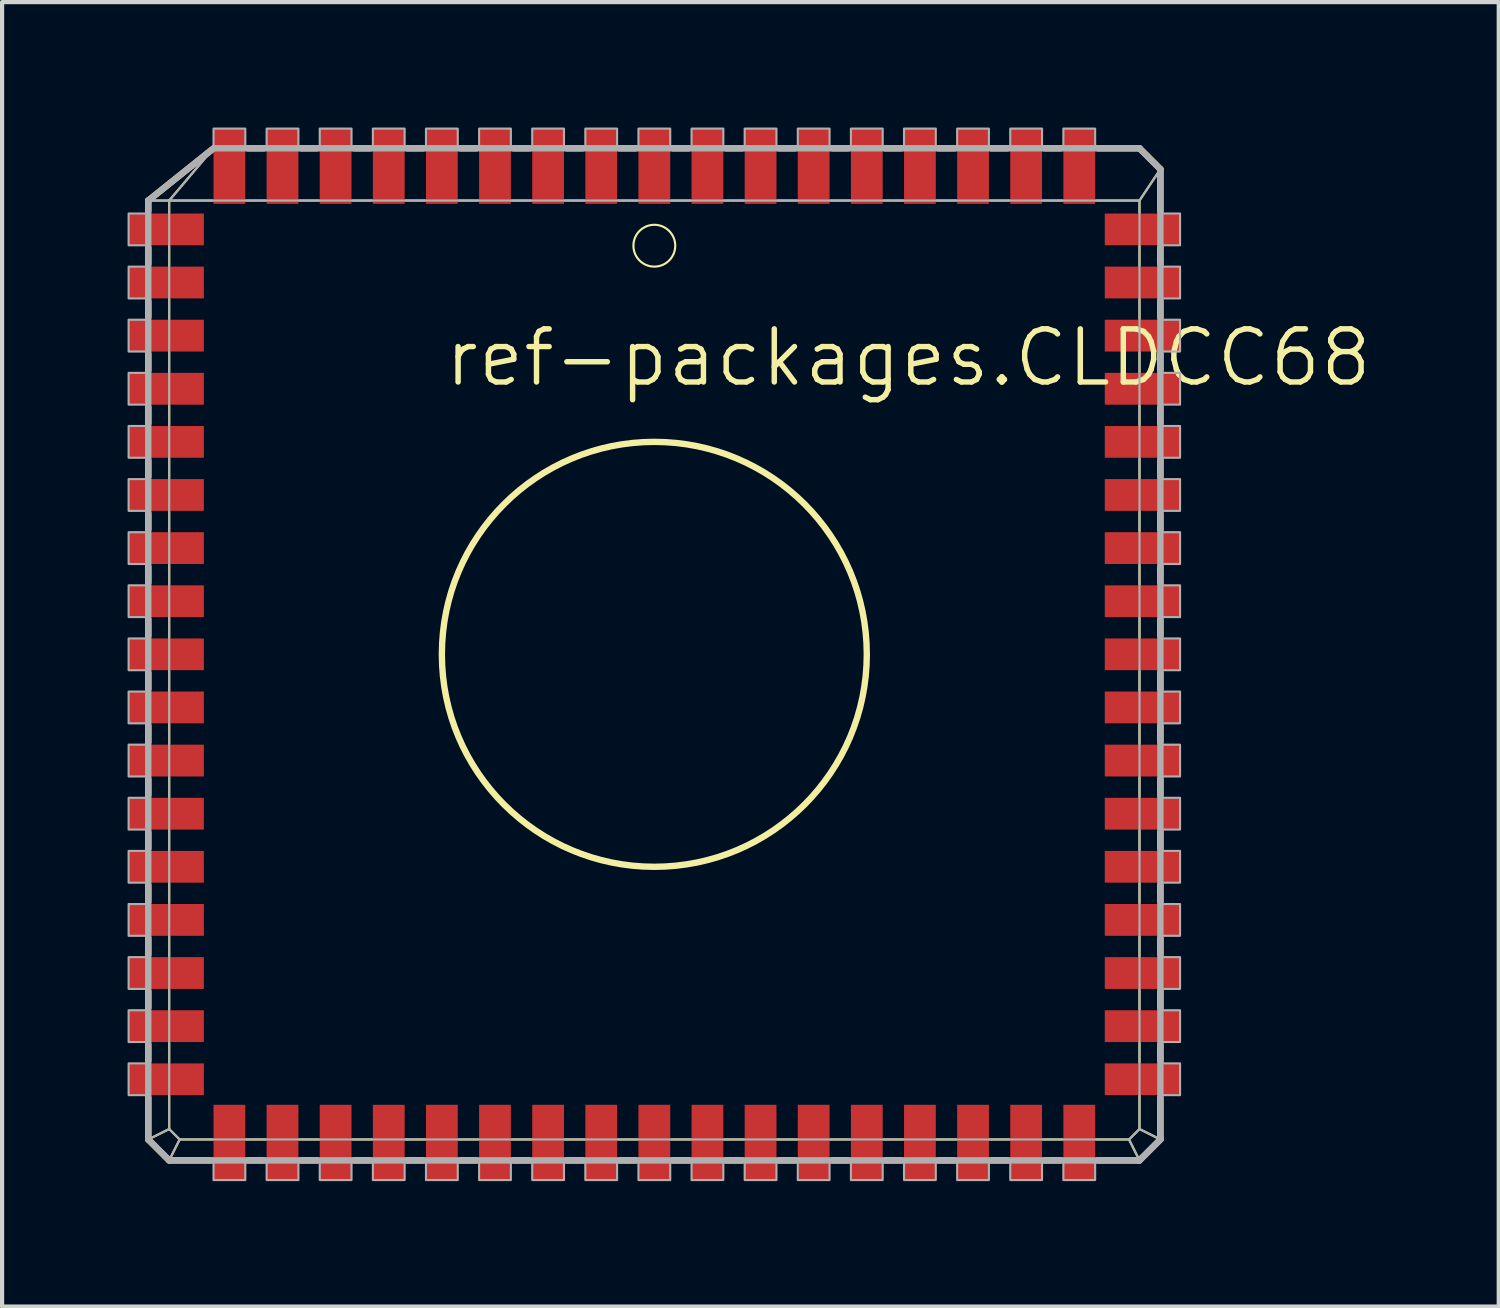
<source format=kicad_pcb>
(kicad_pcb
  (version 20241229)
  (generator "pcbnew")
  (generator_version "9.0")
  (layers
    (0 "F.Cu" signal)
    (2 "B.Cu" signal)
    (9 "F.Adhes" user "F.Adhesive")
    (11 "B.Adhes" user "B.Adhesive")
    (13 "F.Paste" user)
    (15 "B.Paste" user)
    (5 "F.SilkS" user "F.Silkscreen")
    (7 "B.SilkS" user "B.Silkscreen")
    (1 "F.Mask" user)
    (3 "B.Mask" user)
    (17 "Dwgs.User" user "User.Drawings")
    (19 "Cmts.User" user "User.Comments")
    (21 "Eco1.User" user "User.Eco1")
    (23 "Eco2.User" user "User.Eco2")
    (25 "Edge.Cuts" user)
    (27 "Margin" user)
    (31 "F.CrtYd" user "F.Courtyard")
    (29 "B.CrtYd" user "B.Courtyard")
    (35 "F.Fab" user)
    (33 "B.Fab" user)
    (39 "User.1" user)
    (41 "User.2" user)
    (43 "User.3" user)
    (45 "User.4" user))
  (footprint "ref-packages.CLDCC68"
    (layer "F.Cu")
    (at 12.595 12.595)
    (property "Reference" "ref-packages.CLDCC68" (at -5.08 -6.35 0) (layer "F.SilkS") (effects (font (size 1.27 1.27) (thickness 0.13)) (justify left bottom)))
    (attr smd)
    (fp_line (start -12.1 -10.85) (end -11.6 -10.85) (stroke (width 0.051) (type default)) (layer "F.SilkS"))
    (fp_line (start -12.1 -10.85) (end -10.6 -12.05) (stroke (width 0.152) (type default)) (layer "F.SilkS"))
    (fp_line (start -12.1 -10.6) (end -12.1 -10.85) (stroke (width 0.152) (type default)) (layer "F.SilkS"))
    (fp_line (start -12.1 -9.33) (end -12.1 -9.72) (stroke (width 0.152) (type default)) (layer "F.SilkS"))
    (fp_line (start -12.1 -8.06) (end -12.1 -8.45) (stroke (width 0.152) (type default)) (layer "F.SilkS"))
    (fp_line (start -12.1 -6.79) (end -12.1 -7.18) (stroke (width 0.152) (type default)) (layer "F.SilkS"))
    (fp_line (start -12.1 -5.52) (end -12.1 -5.91) (stroke (width 0.152) (type default)) (layer "F.SilkS"))
    (fp_line (start -12.1 -4.25) (end -12.1 -4.64) (stroke (width 0.152) (type default)) (layer "F.SilkS"))
    (fp_line (start -12.1 -2.98) (end -12.1 -3.37) (stroke (width 0.152) (type default)) (layer "F.SilkS"))
    (fp_line (start -12.1 -1.71) (end -12.1 -2.1) (stroke (width 0.152) (type default)) (layer "F.SilkS"))
    (fp_line (start -12.1 -0.44) (end -12.1 -0.83) (stroke (width 0.152) (type default)) (layer "F.SilkS"))
    (fp_line (start -12.1 0.83) (end -12.1 0.44) (stroke (width 0.152) (type default)) (layer "F.SilkS"))
    (fp_line (start -12.1 2.1) (end -12.1 1.71) (stroke (width 0.152) (type default)) (layer "F.SilkS"))
    (fp_line (start -12.1 3.37) (end -12.1 2.98) (stroke (width 0.152) (type default)) (layer "F.SilkS"))
    (fp_line (start -12.1 4.64) (end -12.1 4.25) (stroke (width 0.152) (type default)) (layer "F.SilkS"))
    (fp_line (start -12.1 5.91) (end -12.1 5.52) (stroke (width 0.152) (type default)) (layer "F.SilkS"))
    (fp_line (start -12.1 7.18) (end -12.1 6.79) (stroke (width 0.152) (type default)) (layer "F.SilkS"))
    (fp_line (start -12.1 8.45) (end -12.1 8.06) (stroke (width 0.152) (type default)) (layer "F.SilkS"))
    (fp_line (start -12.1 9.72) (end -12.1 9.33) (stroke (width 0.152) (type default)) (layer "F.SilkS"))
    (fp_line (start -12.1 11.6) (end -12.1 10.6) (stroke (width 0.152) (type default)) (layer "F.SilkS"))
    (fp_line (start -12.1 11.6) (end -11.6 11.35) (stroke (width 0.051) (type default)) (layer "F.SilkS"))
    (fp_line (start -11.6 -10.85) (end -10.56 -12.08) (stroke (width 0.051) (type default)) (layer "F.SilkS"))
    (fp_line (start -11.6 -10.85) (end -10.56 -10.85) (stroke (width 0.051) (type default)) (layer "F.SilkS"))
    (fp_line (start -11.6 -10.56) (end -11.6 -10.85) (stroke (width 0.051) (type default)) (layer "F.SilkS"))
    (fp_line (start -11.6 -9.29) (end -11.6 -9.76) (stroke (width 0.051) (type default)) (layer "F.SilkS"))
    (fp_line (start -11.6 -8.02) (end -11.6 -8.49) (stroke (width 0.051) (type default)) (layer "F.SilkS"))
    (fp_line (start -11.6 -6.75) (end -11.6 -7.22) (stroke (width 0.051) (type default)) (layer "F.SilkS"))
    (fp_line (start -11.6 -5.48) (end -11.6 -5.95) (stroke (width 0.051) (type default)) (layer "F.SilkS"))
    (fp_line (start -11.6 -4.21) (end -11.6 -4.68) (stroke (width 0.051) (type default)) (layer "F.SilkS"))
    (fp_line (start -11.6 -2.94) (end -11.6 -3.41) (stroke (width 0.051) (type default)) (layer "F.SilkS"))
    (fp_line (start -11.6 -1.67) (end -11.6 -2.14) (stroke (width 0.051) (type default)) (layer "F.SilkS"))
    (fp_line (start -11.6 -0.4) (end -11.6 -0.87) (stroke (width 0.051) (type default)) (layer "F.SilkS"))
    (fp_line (start -11.6 0.87) (end -11.6 0.4) (stroke (width 0.051) (type default)) (layer "F.SilkS"))
    (fp_line (start -11.6 2.14) (end -11.6 1.67) (stroke (width 0.051) (type default)) (layer "F.SilkS"))
    (fp_line (start -11.6 3.41) (end -11.6 2.94) (stroke (width 0.051) (type default)) (layer "F.SilkS"))
    (fp_line (start -11.6 4.68) (end -11.6 4.21) (stroke (width 0.051) (type default)) (layer "F.SilkS"))
    (fp_line (start -11.6 5.95) (end -11.6 5.48) (stroke (width 0.051) (type default)) (layer "F.SilkS"))
    (fp_line (start -11.6 7.22) (end -11.6 6.75) (stroke (width 0.051) (type default)) (layer "F.SilkS"))
    (fp_line (start -11.6 8.49) (end -11.6 8.02) (stroke (width 0.051) (type default)) (layer "F.SilkS"))
    (fp_line (start -11.6 9.76) (end -11.6 9.29) (stroke (width 0.051) (type default)) (layer "F.SilkS"))
    (fp_line (start -11.6 11.35) (end -11.6 10.56) (stroke (width 0.051) (type default)) (layer "F.SilkS"))
    (fp_line (start -11.6 12.1) (end -12.1 11.6) (stroke (width 0.152) (type default)) (layer "F.SilkS"))
    (fp_line (start -11.6 12.1) (end -11.35 11.6) (stroke (width 0.051) (type default)) (layer "F.SilkS"))
    (fp_line (start -11.35 11.6) (end -11.6 11.35) (stroke (width 0.051) (type default)) (layer "F.SilkS"))
    (fp_line (start -10.6 12.1) (end -11.6 12.1) (stroke (width 0.152) (type default)) (layer "F.SilkS"))
    (fp_line (start -10.56 11.6) (end -11.35 11.6) (stroke (width 0.051) (type default)) (layer "F.SilkS"))
    (fp_line (start -9.76 -10.85) (end -9.29 -10.85) (stroke (width 0.051) (type default)) (layer "F.SilkS"))
    (fp_line (start -9.72 -12.1) (end -9.33 -12.1) (stroke (width 0.152) (type default)) (layer "F.SilkS"))
    (fp_line (start -9.33 12.1) (end -9.72 12.1) (stroke (width 0.152) (type default)) (layer "F.SilkS"))
    (fp_line (start -9.29 11.6) (end -9.76 11.6) (stroke (width 0.051) (type default)) (layer "F.SilkS"))
    (fp_line (start -8.49 -10.85) (end -8.02 -10.85) (stroke (width 0.051) (type default)) (layer "F.SilkS"))
    (fp_line (start -8.45 -12.1) (end -8.06 -12.1) (stroke (width 0.152) (type default)) (layer "F.SilkS"))
    (fp_line (start -8.06 12.1) (end -8.45 12.1) (stroke (width 0.152) (type default)) (layer "F.SilkS"))
    (fp_line (start -8.02 11.6) (end -8.49 11.6) (stroke (width 0.051) (type default)) (layer "F.SilkS"))
    (fp_line (start -7.22 -10.85) (end -6.75 -10.85) (stroke (width 0.051) (type default)) (layer "F.SilkS"))
    (fp_line (start -7.18 -12.1) (end -6.79 -12.1) (stroke (width 0.152) (type default)) (layer "F.SilkS"))
    (fp_line (start -6.79 12.1) (end -7.18 12.1) (stroke (width 0.152) (type default)) (layer "F.SilkS"))
    (fp_line (start -6.75 11.6) (end -7.22 11.6) (stroke (width 0.051) (type default)) (layer "F.SilkS"))
    (fp_line (start -5.95 -10.85) (end -5.48 -10.85) (stroke (width 0.051) (type default)) (layer "F.SilkS"))
    (fp_line (start -5.91 -12.1) (end -5.52 -12.1) (stroke (width 0.152) (type default)) (layer "F.SilkS"))
    (fp_line (start -5.52 12.1) (end -5.91 12.1) (stroke (width 0.152) (type default)) (layer "F.SilkS"))
    (fp_line (start -5.48 11.6) (end -5.95 11.6) (stroke (width 0.051) (type default)) (layer "F.SilkS"))
    (fp_line (start -4.68 -10.85) (end -4.21 -10.85) (stroke (width 0.051) (type default)) (layer "F.SilkS"))
    (fp_line (start -4.64 -12.1) (end -4.25 -12.1) (stroke (width 0.152) (type default)) (layer "F.SilkS"))
    (fp_line (start -4.25 12.1) (end -4.64 12.1) (stroke (width 0.152) (type default)) (layer "F.SilkS"))
    (fp_line (start -4.21 11.6) (end -4.68 11.6) (stroke (width 0.051) (type default)) (layer "F.SilkS"))
    (fp_line (start -3.41 -10.85) (end -2.94 -10.85) (stroke (width 0.051) (type default)) (layer "F.SilkS"))
    (fp_line (start -3.37 -12.1) (end -2.98 -12.1) (stroke (width 0.152) (type default)) (layer "F.SilkS"))
    (fp_line (start -2.98 12.1) (end -3.37 12.1) (stroke (width 0.152) (type default)) (layer "F.SilkS"))
    (fp_line (start -2.94 11.6) (end -3.41 11.6) (stroke (width 0.051) (type default)) (layer "F.SilkS"))
    (fp_line (start -2.14 -10.85) (end -1.67 -10.85) (stroke (width 0.051) (type default)) (layer "F.SilkS"))
    (fp_line (start -2.1 -12.1) (end -1.71 -12.1) (stroke (width 0.152) (type default)) (layer "F.SilkS"))
    (fp_line (start -1.71 12.1) (end -2.1 12.1) (stroke (width 0.152) (type default)) (layer "F.SilkS"))
    (fp_line (start -1.67 11.6) (end -2.14 11.6) (stroke (width 0.051) (type default)) (layer "F.SilkS"))
    (fp_line (start -0.87 -10.85) (end -0.4 -10.85) (stroke (width 0.051) (type default)) (layer "F.SilkS"))
    (fp_line (start -0.83 -12.1) (end -0.44 -12.1) (stroke (width 0.152) (type default)) (layer "F.SilkS"))
    (fp_line (start -0.44 12.1) (end -0.83 12.1) (stroke (width 0.152) (type default)) (layer "F.SilkS"))
    (fp_line (start -0.4 11.6) (end -0.87 11.6) (stroke (width 0.051) (type default)) (layer "F.SilkS"))
    (fp_line (start 0.4 -10.85) (end 0.87 -10.85) (stroke (width 0.051) (type default)) (layer "F.SilkS"))
    (fp_line (start 0.44 -12.1) (end 0.83 -12.1) (stroke (width 0.152) (type default)) (layer "F.SilkS"))
    (fp_line (start 0.83 12.1) (end 0.44 12.1) (stroke (width 0.152) (type default)) (layer "F.SilkS"))
    (fp_line (start 0.87 11.6) (end 0.4 11.6) (stroke (width 0.051) (type default)) (layer "F.SilkS"))
    (fp_line (start 1.67 -10.85) (end 2.14 -10.85) (stroke (width 0.051) (type default)) (layer "F.SilkS"))
    (fp_line (start 1.71 -12.1) (end 2.1 -12.1) (stroke (width 0.152) (type default)) (layer "F.SilkS"))
    (fp_line (start 2.1 12.1) (end 1.71 12.1) (stroke (width 0.152) (type default)) (layer "F.SilkS"))
    (fp_line (start 2.14 11.6) (end 1.67 11.6) (stroke (width 0.051) (type default)) (layer "F.SilkS"))
    (fp_line (start 2.94 -10.85) (end 3.41 -10.85) (stroke (width 0.051) (type default)) (layer "F.SilkS"))
    (fp_line (start 2.98 -12.1) (end 3.37 -12.1) (stroke (width 0.152) (type default)) (layer "F.SilkS"))
    (fp_line (start 3.37 12.1) (end 2.98 12.1) (stroke (width 0.152) (type default)) (layer "F.SilkS"))
    (fp_line (start 3.41 11.6) (end 2.94 11.6) (stroke (width 0.051) (type default)) (layer "F.SilkS"))
    (fp_line (start 4.21 -10.85) (end 4.68 -10.85) (stroke (width 0.051) (type default)) (layer "F.SilkS"))
    (fp_line (start 4.25 -12.1) (end 4.64 -12.1) (stroke (width 0.152) (type default)) (layer "F.SilkS"))
    (fp_line (start 4.64 12.1) (end 4.25 12.1) (stroke (width 0.152) (type default)) (layer "F.SilkS"))
    (fp_line (start 4.68 11.6) (end 4.21 11.6) (stroke (width 0.051) (type default)) (layer "F.SilkS"))
    (fp_line (start 5.48 -10.85) (end 5.95 -10.85) (stroke (width 0.051) (type default)) (layer "F.SilkS"))
    (fp_line (start 5.52 -12.1) (end 5.91 -12.1) (stroke (width 0.152) (type default)) (layer "F.SilkS"))
    (fp_line (start 5.91 12.1) (end 5.52 12.1) (stroke (width 0.152) (type default)) (layer "F.SilkS"))
    (fp_line (start 5.95 11.6) (end 5.48 11.6) (stroke (width 0.051) (type default)) (layer "F.SilkS"))
    (fp_line (start 6.75 -10.85) (end 7.22 -10.85) (stroke (width 0.051) (type default)) (layer "F.SilkS"))
    (fp_line (start 6.79 -12.1) (end 7.18 -12.1) (stroke (width 0.152) (type default)) (layer "F.SilkS"))
    (fp_line (start 7.18 12.1) (end 6.79 12.1) (stroke (width 0.152) (type default)) (layer "F.SilkS"))
    (fp_line (start 7.22 11.6) (end 6.75 11.6) (stroke (width 0.051) (type default)) (layer "F.SilkS"))
    (fp_line (start 8.02 -10.85) (end 8.49 -10.85) (stroke (width 0.051) (type default)) (layer "F.SilkS"))
    (fp_line (start 8.06 -12.1) (end 8.45 -12.1) (stroke (width 0.152) (type default)) (layer "F.SilkS"))
    (fp_line (start 8.45 12.1) (end 8.06 12.1) (stroke (width 0.152) (type default)) (layer "F.SilkS"))
    (fp_line (start 8.49 11.6) (end 8.02 11.6) (stroke (width 0.051) (type default)) (layer "F.SilkS"))
    (fp_line (start 9.29 -10.85) (end 9.76 -10.85) (stroke (width 0.051) (type default)) (layer "F.SilkS"))
    (fp_line (start 9.33 -12.1) (end 9.72 -12.1) (stroke (width 0.152) (type default)) (layer "F.SilkS"))
    (fp_line (start 9.72 12.1) (end 9.33 12.1) (stroke (width 0.152) (type default)) (layer "F.SilkS"))
    (fp_line (start 9.76 11.6) (end 9.29 11.6) (stroke (width 0.051) (type default)) (layer "F.SilkS"))
    (fp_line (start 10.56 -10.85) (end 11.6 -10.85) (stroke (width 0.051) (type default)) (layer "F.SilkS"))
    (fp_line (start 10.6 -12.1) (end 11.6 -12.1) (stroke (width 0.152) (type default)) (layer "F.SilkS"))
    (fp_line (start 11.35 11.6) (end 10.56 11.6) (stroke (width 0.051) (type default)) (layer "F.SilkS"))
    (fp_line (start 11.35 11.6) (end 11.6 12.1) (stroke (width 0.051) (type default)) (layer "F.SilkS"))
    (fp_line (start 11.6 -12.1) (end 12.1 -11.6) (stroke (width 0.152) (type default)) (layer "F.SilkS"))
    (fp_line (start 11.6 -10.85) (end 11.6 -10.56) (stroke (width 0.051) (type default)) (layer "F.SilkS"))
    (fp_line (start 11.6 -9.76) (end 11.6 -9.29) (stroke (width 0.051) (type default)) (layer "F.SilkS"))
    (fp_line (start 11.6 -8.49) (end 11.6 -8.02) (stroke (width 0.051) (type default)) (layer "F.SilkS"))
    (fp_line (start 11.6 -7.22) (end 11.6 -6.75) (stroke (width 0.051) (type default)) (layer "F.SilkS"))
    (fp_line (start 11.6 -5.95) (end 11.6 -5.48) (stroke (width 0.051) (type default)) (layer "F.SilkS"))
    (fp_line (start 11.6 -4.68) (end 11.6 -4.21) (stroke (width 0.051) (type default)) (layer "F.SilkS"))
    (fp_line (start 11.6 -3.41) (end 11.6 -2.94) (stroke (width 0.051) (type default)) (layer "F.SilkS"))
    (fp_line (start 11.6 -2.14) (end 11.6 -1.67) (stroke (width 0.051) (type default)) (layer "F.SilkS"))
    (fp_line (start 11.6 -0.87) (end 11.6 -0.4) (stroke (width 0.051) (type default)) (layer "F.SilkS"))
    (fp_line (start 11.6 0.4) (end 11.6 0.87) (stroke (width 0.051) (type default)) (layer "F.SilkS"))
    (fp_line (start 11.6 1.67) (end 11.6 2.14) (stroke (width 0.051) (type default)) (layer "F.SilkS"))
    (fp_line (start 11.6 2.94) (end 11.6 3.41) (stroke (width 0.051) (type default)) (layer "F.SilkS"))
    (fp_line (start 11.6 4.21) (end 11.6 4.68) (stroke (width 0.051) (type default)) (layer "F.SilkS"))
    (fp_line (start 11.6 5.48) (end 11.6 5.95) (stroke (width 0.051) (type default)) (layer "F.SilkS"))
    (fp_line (start 11.6 6.75) (end 11.6 7.22) (stroke (width 0.051) (type default)) (layer "F.SilkS"))
    (fp_line (start 11.6 8.02) (end 11.6 8.49) (stroke (width 0.051) (type default)) (layer "F.SilkS"))
    (fp_line (start 11.6 9.29) (end 11.6 9.76) (stroke (width 0.051) (type default)) (layer "F.SilkS"))
    (fp_line (start 11.6 10.56) (end 11.6 11.35) (stroke (width 0.051) (type default)) (layer "F.SilkS"))
    (fp_line (start 11.6 11.35) (end 11.35 11.6) (stroke (width 0.051) (type default)) (layer "F.SilkS"))
    (fp_line (start 11.6 11.35) (end 12.1 11.6) (stroke (width 0.051) (type default)) (layer "F.SilkS"))
    (fp_line (start 11.6 12.1) (end 10.6 12.1) (stroke (width 0.152) (type default)) (layer "F.SilkS"))
    (fp_line (start 12.1 -11.6) (end 11.6 -10.85) (stroke (width 0.051) (type default)) (layer "F.SilkS"))
    (fp_line (start 12.1 -11.6) (end 12.1 -10.6) (stroke (width 0.152) (type default)) (layer "F.SilkS"))
    (fp_line (start 12.1 -9.72) (end 12.1 -9.33) (stroke (width 0.152) (type default)) (layer "F.SilkS"))
    (fp_line (start 12.1 -8.45) (end 12.1 -8.06) (stroke (width 0.152) (type default)) (layer "F.SilkS"))
    (fp_line (start 12.1 -7.18) (end 12.1 -6.79) (stroke (width 0.152) (type default)) (layer "F.SilkS"))
    (fp_line (start 12.1 -5.91) (end 12.1 -5.52) (stroke (width 0.152) (type default)) (layer "F.SilkS"))
    (fp_line (start 12.1 -4.64) (end 12.1 -4.25) (stroke (width 0.152) (type default)) (layer "F.SilkS"))
    (fp_line (start 12.1 -3.37) (end 12.1 -2.98) (stroke (width 0.152) (type default)) (layer "F.SilkS"))
    (fp_line (start 12.1 -2.1) (end 12.1 -1.71) (stroke (width 0.152) (type default)) (layer "F.SilkS"))
    (fp_line (start 12.1 -0.83) (end 12.1 -0.44) (stroke (width 0.152) (type default)) (layer "F.SilkS"))
    (fp_line (start 12.1 0.44) (end 12.1 0.83) (stroke (width 0.152) (type default)) (layer "F.SilkS"))
    (fp_line (start 12.1 1.71) (end 12.1 2.1) (stroke (width 0.152) (type default)) (layer "F.SilkS"))
    (fp_line (start 12.1 2.98) (end 12.1 3.37) (stroke (width 0.152) (type default)) (layer "F.SilkS"))
    (fp_line (start 12.1 4.25) (end 12.1 4.64) (stroke (width 0.152) (type default)) (layer "F.SilkS"))
    (fp_line (start 12.1 5.52) (end 12.1 5.91) (stroke (width 0.152) (type default)) (layer "F.SilkS"))
    (fp_line (start 12.1 6.79) (end 12.1 7.18) (stroke (width 0.152) (type default)) (layer "F.SilkS"))
    (fp_line (start 12.1 8.06) (end 12.1 8.45) (stroke (width 0.152) (type default)) (layer "F.SilkS"))
    (fp_line (start 12.1 9.33) (end 12.1 9.72) (stroke (width 0.152) (type default)) (layer "F.SilkS"))
    (fp_line (start 12.1 10.6) (end 12.1 11.6) (stroke (width 0.152) (type default)) (layer "F.SilkS"))
    (fp_line (start 12.1 11.6) (end 11.6 12.1) (stroke (width 0.152) (type default)) (layer "F.SilkS"))
    (fp_circle (center 0 -9.77) (end 0.5 -9.77) (stroke (width 0.051) (type default)) (fill no) (layer "F.SilkS"))
    (fp_circle (center 0 0) (end 5.08 0) (stroke (width 0.152) (type default)) (fill no) (layer "F.SilkS"))
    (fp_line (start -12.1 -10.85) (end -11.6 -10.85) (stroke (width 0.051) (type default)) (layer "F.Fab"))
    (fp_line (start -12.1 -10.85) (end -10.54 -12.1) (stroke (width 0.152) (type default)) (layer "F.Fab"))
    (fp_line (start -12.1 11.6) (end -12.1 -10.85) (stroke (width 0.152) (type default)) (layer "F.Fab"))
    (fp_line (start -12.1 11.6) (end -11.6 11.35) (stroke (width 0.051) (type default)) (layer "F.Fab"))
    (fp_line (start -11.6 -10.85) (end -10.54 -12.1) (stroke (width 0.051) (type default)) (layer "F.Fab"))
    (fp_line (start -11.6 -10.85) (end 11.6 -10.85) (stroke (width 0.051) (type default)) (layer "F.Fab"))
    (fp_line (start -11.6 11.35) (end -11.6 -10.85) (stroke (width 0.051) (type default)) (layer "F.Fab"))
    (fp_line (start -11.6 12.1) (end -12.1 11.6) (stroke (width 0.152) (type default)) (layer "F.Fab"))
    (fp_line (start -11.6 12.1) (end -11.35 11.6) (stroke (width 0.051) (type default)) (layer "F.Fab"))
    (fp_line (start -11.35 11.6) (end -11.6 11.35) (stroke (width 0.051) (type default)) (layer "F.Fab"))
    (fp_line (start -10.54 -12.1) (end 11.6 -12.1) (stroke (width 0.152) (type default)) (layer "F.Fab"))
    (fp_line (start 11.35 11.6) (end -11.35 11.6) (stroke (width 0.051) (type default)) (layer "F.Fab"))
    (fp_line (start 11.35 11.6) (end 11.6 12.1) (stroke (width 0.051) (type default)) (layer "F.Fab"))
    (fp_line (start 11.6 -12.1) (end 12.1 -11.6) (stroke (width 0.152) (type default)) (layer "F.Fab"))
    (fp_line (start 11.6 -10.85) (end 11.6 11.35) (stroke (width 0.051) (type default)) (layer "F.Fab"))
    (fp_line (start 11.6 11.35) (end 11.35 11.6) (stroke (width 0.051) (type default)) (layer "F.Fab"))
    (fp_line (start 11.6 11.35) (end 12.1 11.6) (stroke (width 0.051) (type default)) (layer "F.Fab"))
    (fp_line (start 11.6 12.1) (end -11.6 12.1) (stroke (width 0.152) (type default)) (layer "F.Fab"))
    (fp_line (start 12.1 -11.6) (end 11.6 -10.85) (stroke (width 0.051) (type default)) (layer "F.Fab"))
    (fp_line (start 12.1 -11.6) (end 12.1 11.6) (stroke (width 0.152) (type default)) (layer "F.Fab"))
    (fp_line (start 12.1 11.6) (end 11.6 12.1) (stroke (width 0.152) (type default)) (layer "F.Fab"))
    (fp_rect (start -12.57 -9.78) (end -12.1 -10.54) (stroke (width 0.05) (type default)) (fill no) (layer "F.Fab"))
    (fp_rect (start -12.57 -8.51) (end -12.1 -9.27) (stroke (width 0.05) (type default)) (fill no) (layer "F.Fab"))
    (fp_rect (start -12.57 -7.24) (end -12.1 -8) (stroke (width 0.05) (type default)) (fill no) (layer "F.Fab"))
    (fp_rect (start -12.57 -5.97) (end -12.1 -6.73) (stroke (width 0.05) (type default)) (fill no) (layer "F.Fab"))
    (fp_rect (start -12.57 -4.7) (end -12.1 -5.46) (stroke (width 0.05) (type default)) (fill no) (layer "F.Fab"))
    (fp_rect (start -12.57 -3.43) (end -12.1 -4.19) (stroke (width 0.05) (type default)) (fill no) (layer "F.Fab"))
    (fp_rect (start -12.57 -2.16) (end -12.1 -2.92) (stroke (width 0.05) (type default)) (fill no) (layer "F.Fab"))
    (fp_rect (start -12.57 -0.89) (end -12.1 -1.65) (stroke (width 0.05) (type default)) (fill no) (layer "F.Fab"))
    (fp_rect (start -12.57 0.38) (end -12.1 -0.38) (stroke (width 0.05) (type default)) (fill no) (layer "F.Fab"))
    (fp_rect (start -12.57 1.65) (end -12.1 0.89) (stroke (width 0.05) (type default)) (fill no) (layer "F.Fab"))
    (fp_rect (start -12.57 2.92) (end -12.1 2.16) (stroke (width 0.05) (type default)) (fill no) (layer "F.Fab"))
    (fp_rect (start -12.57 4.19) (end -12.1 3.43) (stroke (width 0.05) (type default)) (fill no) (layer "F.Fab"))
    (fp_rect (start -12.57 5.46) (end -12.1 4.7) (stroke (width 0.05) (type default)) (fill no) (layer "F.Fab"))
    (fp_rect (start -12.57 6.73) (end -12.1 5.97) (stroke (width 0.05) (type default)) (fill no) (layer "F.Fab"))
    (fp_rect (start -12.57 8) (end -12.1 7.24) (stroke (width 0.05) (type default)) (fill no) (layer "F.Fab"))
    (fp_rect (start -12.57 9.27) (end -12.1 8.51) (stroke (width 0.05) (type default)) (fill no) (layer "F.Fab"))
    (fp_rect (start -12.57 10.54) (end -12.1 9.78) (stroke (width 0.05) (type default)) (fill no) (layer "F.Fab"))
    (fp_rect (start -10.54 -12.1) (end -9.78 -12.57) (stroke (width 0.05) (type default)) (fill no) (layer "F.Fab"))
    (fp_rect (start -10.54 12.57) (end -9.78 12.1) (stroke (width 0.05) (type default)) (fill no) (layer "F.Fab"))
    (fp_rect (start -9.27 -12.1) (end -8.51 -12.57) (stroke (width 0.05) (type default)) (fill no) (layer "F.Fab"))
    (fp_rect (start -9.27 12.57) (end -8.51 12.1) (stroke (width 0.05) (type default)) (fill no) (layer "F.Fab"))
    (fp_rect (start -8 -12.1) (end -7.24 -12.57) (stroke (width 0.05) (type default)) (fill no) (layer "F.Fab"))
    (fp_rect (start -8 12.57) (end -7.24 12.1) (stroke (width 0.05) (type default)) (fill no) (layer "F.Fab"))
    (fp_rect (start -6.73 -12.1) (end -5.97 -12.57) (stroke (width 0.05) (type default)) (fill no) (layer "F.Fab"))
    (fp_rect (start -6.73 12.57) (end -5.97 12.1) (stroke (width 0.05) (type default)) (fill no) (layer "F.Fab"))
    (fp_rect (start -5.46 -12.1) (end -4.7 -12.57) (stroke (width 0.05) (type default)) (fill no) (layer "F.Fab"))
    (fp_rect (start -5.46 12.57) (end -4.7 12.1) (stroke (width 0.05) (type default)) (fill no) (layer "F.Fab"))
    (fp_rect (start -4.19 -12.1) (end -3.43 -12.57) (stroke (width 0.05) (type default)) (fill no) (layer "F.Fab"))
    (fp_rect (start -4.19 12.57) (end -3.43 12.1) (stroke (width 0.05) (type default)) (fill no) (layer "F.Fab"))
    (fp_rect (start -2.92 -12.1) (end -2.16 -12.57) (stroke (width 0.05) (type default)) (fill no) (layer "F.Fab"))
    (fp_rect (start -2.92 12.57) (end -2.16 12.1) (stroke (width 0.05) (type default)) (fill no) (layer "F.Fab"))
    (fp_rect (start -1.65 -12.1) (end -0.89 -12.57) (stroke (width 0.05) (type default)) (fill no) (layer "F.Fab"))
    (fp_rect (start -1.65 12.57) (end -0.89 12.1) (stroke (width 0.05) (type default)) (fill no) (layer "F.Fab"))
    (fp_rect (start -0.38 -12.1) (end 0.38 -12.57) (stroke (width 0.05) (type default)) (fill no) (layer "F.Fab"))
    (fp_rect (start -0.38 12.57) (end 0.38 12.1) (stroke (width 0.05) (type default)) (fill no) (layer "F.Fab"))
    (fp_rect (start 0.89 -12.1) (end 1.65 -12.57) (stroke (width 0.05) (type default)) (fill no) (layer "F.Fab"))
    (fp_rect (start 0.89 12.57) (end 1.65 12.1) (stroke (width 0.05) (type default)) (fill no) (layer "F.Fab"))
    (fp_rect (start 2.16 -12.1) (end 2.92 -12.57) (stroke (width 0.05) (type default)) (fill no) (layer "F.Fab"))
    (fp_rect (start 2.16 12.57) (end 2.92 12.1) (stroke (width 0.05) (type default)) (fill no) (layer "F.Fab"))
    (fp_rect (start 3.43 -12.1) (end 4.19 -12.57) (stroke (width 0.05) (type default)) (fill no) (layer "F.Fab"))
    (fp_rect (start 3.43 12.57) (end 4.19 12.1) (stroke (width 0.05) (type default)) (fill no) (layer "F.Fab"))
    (fp_rect (start 4.7 -12.1) (end 5.46 -12.57) (stroke (width 0.05) (type default)) (fill no) (layer "F.Fab"))
    (fp_rect (start 4.7 12.57) (end 5.46 12.1) (stroke (width 0.05) (type default)) (fill no) (layer "F.Fab"))
    (fp_rect (start 5.97 -12.1) (end 6.73 -12.57) (stroke (width 0.05) (type default)) (fill no) (layer "F.Fab"))
    (fp_rect (start 5.97 12.57) (end 6.73 12.1) (stroke (width 0.05) (type default)) (fill no) (layer "F.Fab"))
    (fp_rect (start 7.24 -12.1) (end 8 -12.57) (stroke (width 0.05) (type default)) (fill no) (layer "F.Fab"))
    (fp_rect (start 7.24 12.57) (end 8 12.1) (stroke (width 0.05) (type default)) (fill no) (layer "F.Fab"))
    (fp_rect (start 8.51 -12.1) (end 9.27 -12.57) (stroke (width 0.05) (type default)) (fill no) (layer "F.Fab"))
    (fp_rect (start 8.51 12.57) (end 9.27 12.1) (stroke (width 0.05) (type default)) (fill no) (layer "F.Fab"))
    (fp_rect (start 9.78 -12.1) (end 10.54 -12.57) (stroke (width 0.05) (type default)) (fill no) (layer "F.Fab"))
    (fp_rect (start 9.78 12.57) (end 10.54 12.1) (stroke (width 0.05) (type default)) (fill no) (layer "F.Fab"))
    (fp_rect (start 12.1 -9.78) (end 12.57 -10.54) (stroke (width 0.05) (type default)) (fill no) (layer "F.Fab"))
    (fp_rect (start 12.1 -8.51) (end 12.57 -9.27) (stroke (width 0.05) (type default)) (fill no) (layer "F.Fab"))
    (fp_rect (start 12.1 -7.24) (end 12.57 -8) (stroke (width 0.05) (type default)) (fill no) (layer "F.Fab"))
    (fp_rect (start 12.1 -5.97) (end 12.57 -6.73) (stroke (width 0.05) (type default)) (fill no) (layer "F.Fab"))
    (fp_rect (start 12.1 -4.7) (end 12.57 -5.46) (stroke (width 0.05) (type default)) (fill no) (layer "F.Fab"))
    (fp_rect (start 12.1 -3.43) (end 12.57 -4.19) (stroke (width 0.05) (type default)) (fill no) (layer "F.Fab"))
    (fp_rect (start 12.1 -2.16) (end 12.57 -2.92) (stroke (width 0.05) (type default)) (fill no) (layer "F.Fab"))
    (fp_rect (start 12.1 -0.89) (end 12.57 -1.65) (stroke (width 0.05) (type default)) (fill no) (layer "F.Fab"))
    (fp_rect (start 12.1 0.38) (end 12.57 -0.38) (stroke (width 0.05) (type default)) (fill no) (layer "F.Fab"))
    (fp_rect (start 12.1 1.65) (end 12.57 0.89) (stroke (width 0.05) (type default)) (fill no) (layer "F.Fab"))
    (fp_rect (start 12.1 2.92) (end 12.57 2.16) (stroke (width 0.05) (type default)) (fill no) (layer "F.Fab"))
    (fp_rect (start 12.1 4.19) (end 12.57 3.43) (stroke (width 0.05) (type default)) (fill no) (layer "F.Fab"))
    (fp_rect (start 12.1 5.46) (end 12.57 4.7) (stroke (width 0.05) (type default)) (fill no) (layer "F.Fab"))
    (fp_rect (start 12.1 6.73) (end 12.57 5.97) (stroke (width 0.05) (type default)) (fill no) (layer "F.Fab"))
    (fp_rect (start 12.1 8) (end 12.57 7.24) (stroke (width 0.05) (type default)) (fill no) (layer "F.Fab"))
    (fp_rect (start 12.1 9.27) (end 12.57 8.51) (stroke (width 0.05) (type default)) (fill no) (layer "F.Fab"))
    (fp_rect (start 12.1 10.54) (end 12.57 9.78) (stroke (width 0.05) (type default)) (fill no) (layer "F.Fab"))
    (pad "1" smd roundrect (at 0 -11.67) (size 0.76 1.8) (layers "F.Cu" "F.Mask" "F.Paste") (roundrect_rratio 0.01))
    (pad "2" smd roundrect (at -1.27 -11.67) (size 0.76 1.8) (layers "F.Cu" "F.Mask" "F.Paste") (roundrect_rratio 0.01))
    (pad "3" smd roundrect (at -2.54 -11.67) (size 0.76 1.8) (layers "F.Cu" "F.Mask" "F.Paste") (roundrect_rratio 0.01))
    (pad "4" smd roundrect (at -3.81 -11.67) (size 0.76 1.8) (layers "F.Cu" "F.Mask" "F.Paste") (roundrect_rratio 0.01))
    (pad "5" smd roundrect (at -5.08 -11.67) (size 0.76 1.8) (layers "F.Cu" "F.Mask" "F.Paste") (roundrect_rratio 0.01))
    (pad "6" smd roundrect (at -6.35 -11.67) (size 0.76 1.8) (layers "F.Cu" "F.Mask" "F.Paste") (roundrect_rratio 0.01))
    (pad "7" smd roundrect (at -7.62 -11.67) (size 0.76 1.8) (layers "F.Cu" "F.Mask" "F.Paste") (roundrect_rratio 0.01))
    (pad "8" smd roundrect (at -8.89 -11.67) (size 0.76 1.8) (layers "F.Cu" "F.Mask" "F.Paste") (roundrect_rratio 0.01))
    (pad "9" smd roundrect (at -10.16 -11.67) (size 0.76 1.8) (layers "F.Cu" "F.Mask" "F.Paste") (roundrect_rratio 0.01))
    (pad "10" smd roundrect (at -11.67 -10.16) (size 1.8 0.76) (layers "F.Cu" "F.Mask" "F.Paste") (roundrect_rratio 0.01))
    (pad "11" smd roundrect (at -11.67 -8.89) (size 1.8 0.76) (layers "F.Cu" "F.Mask" "F.Paste") (roundrect_rratio 0.01))
    (pad "12" smd roundrect (at -11.67 -7.62) (size 1.8 0.76) (layers "F.Cu" "F.Mask" "F.Paste") (roundrect_rratio 0.01))
    (pad "13" smd roundrect (at -11.67 -6.35) (size 1.8 0.76) (layers "F.Cu" "F.Mask" "F.Paste") (roundrect_rratio 0.01))
    (pad "14" smd roundrect (at -11.67 -5.08) (size 1.8 0.76) (layers "F.Cu" "F.Mask" "F.Paste") (roundrect_rratio 0.01))
    (pad "15" smd roundrect (at -11.67 -3.81) (size 1.8 0.76) (layers "F.Cu" "F.Mask" "F.Paste") (roundrect_rratio 0.01))
    (pad "16" smd roundrect (at -11.67 -2.54) (size 1.8 0.76) (layers "F.Cu" "F.Mask" "F.Paste") (roundrect_rratio 0.01))
    (pad "17" smd roundrect (at -11.67 -1.27) (size 1.8 0.76) (layers "F.Cu" "F.Mask" "F.Paste") (roundrect_rratio 0.01))
    (pad "18" smd roundrect (at -11.67 0) (size 1.8 0.76) (layers "F.Cu" "F.Mask" "F.Paste") (roundrect_rratio 0.01))
    (pad "19" smd roundrect (at -11.67 1.27) (size 1.8 0.76) (layers "F.Cu" "F.Mask" "F.Paste") (roundrect_rratio 0.01))
    (pad "20" smd roundrect (at -11.67 2.54) (size 1.8 0.76) (layers "F.Cu" "F.Mask" "F.Paste") (roundrect_rratio 0.01))
    (pad "21" smd roundrect (at -11.67 3.81) (size 1.8 0.76) (layers "F.Cu" "F.Mask" "F.Paste") (roundrect_rratio 0.01))
    (pad "22" smd roundrect (at -11.67 5.08) (size 1.8 0.76) (layers "F.Cu" "F.Mask" "F.Paste") (roundrect_rratio 0.01))
    (pad "23" smd roundrect (at -11.67 6.35) (size 1.8 0.76) (layers "F.Cu" "F.Mask" "F.Paste") (roundrect_rratio 0.01))
    (pad "24" smd roundrect (at -11.67 7.62) (size 1.8 0.76) (layers "F.Cu" "F.Mask" "F.Paste") (roundrect_rratio 0.01))
    (pad "25" smd roundrect (at -11.67 8.89) (size 1.8 0.76) (layers "F.Cu" "F.Mask" "F.Paste") (roundrect_rratio 0.01))
    (pad "26" smd roundrect (at -11.67 10.16) (size 1.8 0.76) (layers "F.Cu" "F.Mask" "F.Paste") (roundrect_rratio 0.01))
    (pad "27" smd roundrect (at -10.16 11.67) (size 0.76 1.8) (layers "F.Cu" "F.Mask" "F.Paste") (roundrect_rratio 0.01))
    (pad "28" smd roundrect (at -8.89 11.67) (size 0.76 1.8) (layers "F.Cu" "F.Mask" "F.Paste") (roundrect_rratio 0.01))
    (pad "29" smd roundrect (at -7.62 11.67) (size 0.76 1.8) (layers "F.Cu" "F.Mask" "F.Paste") (roundrect_rratio 0.01))
    (pad "30" smd roundrect (at -6.35 11.67) (size 0.76 1.8) (layers "F.Cu" "F.Mask" "F.Paste") (roundrect_rratio 0.01))
    (pad "31" smd roundrect (at -5.08 11.67) (size 0.76 1.8) (layers "F.Cu" "F.Mask" "F.Paste") (roundrect_rratio 0.01))
    (pad "32" smd roundrect (at -3.81 11.67) (size 0.76 1.8) (layers "F.Cu" "F.Mask" "F.Paste") (roundrect_rratio 0.01))
    (pad "33" smd roundrect (at -2.54 11.67) (size 0.76 1.8) (layers "F.Cu" "F.Mask" "F.Paste") (roundrect_rratio 0.01))
    (pad "34" smd roundrect (at -1.27 11.67) (size 0.76 1.8) (layers "F.Cu" "F.Mask" "F.Paste") (roundrect_rratio 0.01))
    (pad "35" smd roundrect (at 0 11.67) (size 0.76 1.8) (layers "F.Cu" "F.Mask" "F.Paste") (roundrect_rratio 0.01))
    (pad "36" smd roundrect (at 1.27 11.67) (size 0.76 1.8) (layers "F.Cu" "F.Mask" "F.Paste") (roundrect_rratio 0.01))
    (pad "37" smd roundrect (at 2.54 11.67) (size 0.76 1.8) (layers "F.Cu" "F.Mask" "F.Paste") (roundrect_rratio 0.01))
    (pad "38" smd roundrect (at 3.81 11.67) (size 0.76 1.8) (layers "F.Cu" "F.Mask" "F.Paste") (roundrect_rratio 0.01))
    (pad "39" smd roundrect (at 5.08 11.67) (size 0.76 1.8) (layers "F.Cu" "F.Mask" "F.Paste") (roundrect_rratio 0.01))
    (pad "40" smd roundrect (at 6.35 11.67) (size 0.76 1.8) (layers "F.Cu" "F.Mask" "F.Paste") (roundrect_rratio 0.01))
    (pad "41" smd roundrect (at 7.62 11.67) (size 0.76 1.8) (layers "F.Cu" "F.Mask" "F.Paste") (roundrect_rratio 0.01))
    (pad "42" smd roundrect (at 8.89 11.67) (size 0.76 1.8) (layers "F.Cu" "F.Mask" "F.Paste") (roundrect_rratio 0.01))
    (pad "43" smd roundrect (at 10.16 11.67) (size 0.76 1.8) (layers "F.Cu" "F.Mask" "F.Paste") (roundrect_rratio 0.01))
    (pad "44" smd roundrect (at 11.67 10.16) (size 1.8 0.76) (layers "F.Cu" "F.Mask" "F.Paste") (roundrect_rratio 0.01))
    (pad "45" smd roundrect (at 11.67 8.89) (size 1.8 0.76) (layers "F.Cu" "F.Mask" "F.Paste") (roundrect_rratio 0.01))
    (pad "46" smd roundrect (at 11.67 7.62) (size 1.8 0.76) (layers "F.Cu" "F.Mask" "F.Paste") (roundrect_rratio 0.01))
    (pad "47" smd roundrect (at 11.67 6.35) (size 1.8 0.76) (layers "F.Cu" "F.Mask" "F.Paste") (roundrect_rratio 0.01))
    (pad "48" smd roundrect (at 11.67 5.08) (size 1.8 0.76) (layers "F.Cu" "F.Mask" "F.Paste") (roundrect_rratio 0.01))
    (pad "49" smd roundrect (at 11.67 3.81) (size 1.8 0.76) (layers "F.Cu" "F.Mask" "F.Paste") (roundrect_rratio 0.01))
    (pad "50" smd roundrect (at 11.67 2.54) (size 1.8 0.76) (layers "F.Cu" "F.Mask" "F.Paste") (roundrect_rratio 0.01))
    (pad "51" smd roundrect (at 11.67 1.27) (size 1.8 0.76) (layers "F.Cu" "F.Mask" "F.Paste") (roundrect_rratio 0.01))
    (pad "52" smd roundrect (at 11.67 0) (size 1.8 0.76) (layers "F.Cu" "F.Mask" "F.Paste") (roundrect_rratio 0.01))
    (pad "53" smd roundrect (at 11.67 -1.27) (size 1.8 0.76) (layers "F.Cu" "F.Mask" "F.Paste") (roundrect_rratio 0.01))
    (pad "54" smd roundrect (at 11.67 -2.54) (size 1.8 0.76) (layers "F.Cu" "F.Mask" "F.Paste") (roundrect_rratio 0.01))
    (pad "55" smd roundrect (at 11.67 -3.81) (size 1.8 0.76) (layers "F.Cu" "F.Mask" "F.Paste") (roundrect_rratio 0.01))
    (pad "56" smd roundrect (at 11.67 -5.08) (size 1.8 0.76) (layers "F.Cu" "F.Mask" "F.Paste") (roundrect_rratio 0.01))
    (pad "57" smd roundrect (at 11.67 -6.35) (size 1.8 0.76) (layers "F.Cu" "F.Mask" "F.Paste") (roundrect_rratio 0.01))
    (pad "58" smd roundrect (at 11.67 -7.62) (size 1.8 0.76) (layers "F.Cu" "F.Mask" "F.Paste") (roundrect_rratio 0.01))
    (pad "59" smd roundrect (at 11.67 -8.89) (size 1.8 0.76) (layers "F.Cu" "F.Mask" "F.Paste") (roundrect_rratio 0.01))
    (pad "60" smd roundrect (at 11.67 -10.16) (size 1.8 0.76) (layers "F.Cu" "F.Mask" "F.Paste") (roundrect_rratio 0.01))
    (pad "61" smd roundrect (at 10.16 -11.67) (size 0.76 1.8) (layers "F.Cu" "F.Mask" "F.Paste") (roundrect_rratio 0.01))
    (pad "62" smd roundrect (at 8.89 -11.67) (size 0.76 1.8) (layers "F.Cu" "F.Mask" "F.Paste") (roundrect_rratio 0.01))
    (pad "63" smd roundrect (at 7.62 -11.67) (size 0.76 1.8) (layers "F.Cu" "F.Mask" "F.Paste") (roundrect_rratio 0.01))
    (pad "64" smd roundrect (at 6.35 -11.67) (size 0.76 1.8) (layers "F.Cu" "F.Mask" "F.Paste") (roundrect_rratio 0.01))
    (pad "65" smd roundrect (at 5.08 -11.67) (size 0.76 1.8) (layers "F.Cu" "F.Mask" "F.Paste") (roundrect_rratio 0.01))
    (pad "66" smd roundrect (at 3.81 -11.67) (size 0.76 1.8) (layers "F.Cu" "F.Mask" "F.Paste") (roundrect_rratio 0.01))
    (pad "67" smd roundrect (at 2.54 -11.67) (size 0.76 1.8) (layers "F.Cu" "F.Mask" "F.Paste") (roundrect_rratio 0.01))
    (pad "68" smd roundrect (at 1.27 -11.67) (size 0.76 1.8) (layers "F.Cu" "F.Mask" "F.Paste") (roundrect_rratio 0.01)))
  (gr_rect
    (start -3 -3)
    (end 32.785 28.19)
    (stroke (width 0.1) (type default))
    (fill no)
    (layer "Edge.Cuts")))
</source>
